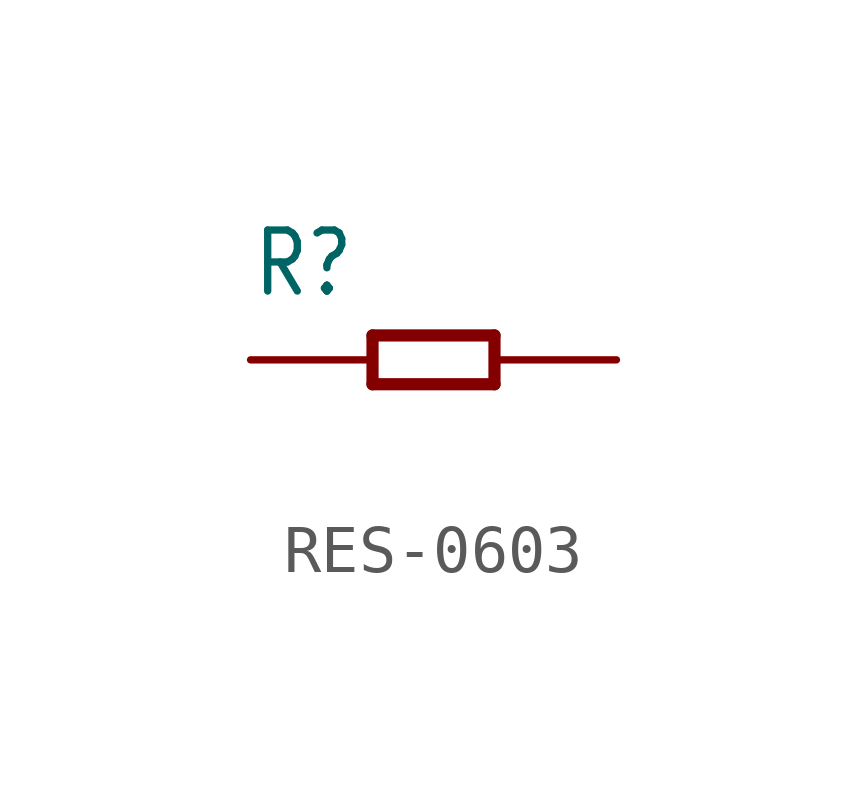
<source format=kicad_sym>
(kicad_symbol_lib
  (version 20220914)
  (generator kicad_symbol_editor)
  (symbol "RES-0603"
    (property "Reference" "R"
      (at -3.81 1.27 0)
      (effects (font (size 1.27 1.079)) (justify left bottom)))
    (property "Value" ""
      (at -3.81 -2.54 0)
      (effects (font (size 1.27 1.079)) (justify left bottom)))
    (property "ki_locked" ""
      (at 0 0 0)
      (effects (font (size 1.27 1.27))))
    (symbol "RES-0603_1_0"
      (polyline (pts (xy -1.27 -0.508) (xy -1.27 0.508)) (stroke (width 0.254) (type solid)) (fill (type none)))
      (polyline (pts (xy -1.27 0.508) (xy 1.27 0.508)) (stroke (width 0.254) (type solid)) (fill (type none)))
      (polyline (pts (xy 1.27 -0.508) (xy -1.27 -0.508)) (stroke (width 0.254) (type solid)) (fill (type none)))
      (polyline (pts (xy 1.27 0.508) (xy 1.27 -0.508)) (stroke (width 0.254) (type solid)) (fill (type none)))
      (pin passive line (at -3.81 0 0) (length 2.54) (name "1" (effects (font (size 0 0)))) (number "1" (effects (font (size 0 0)))))
      (pin passive line (at 3.81 0 180) (length 2.54) (name "2" (effects (font (size 0 0)))) (number "2" (effects (font (size 0 0))))))))
</source>
